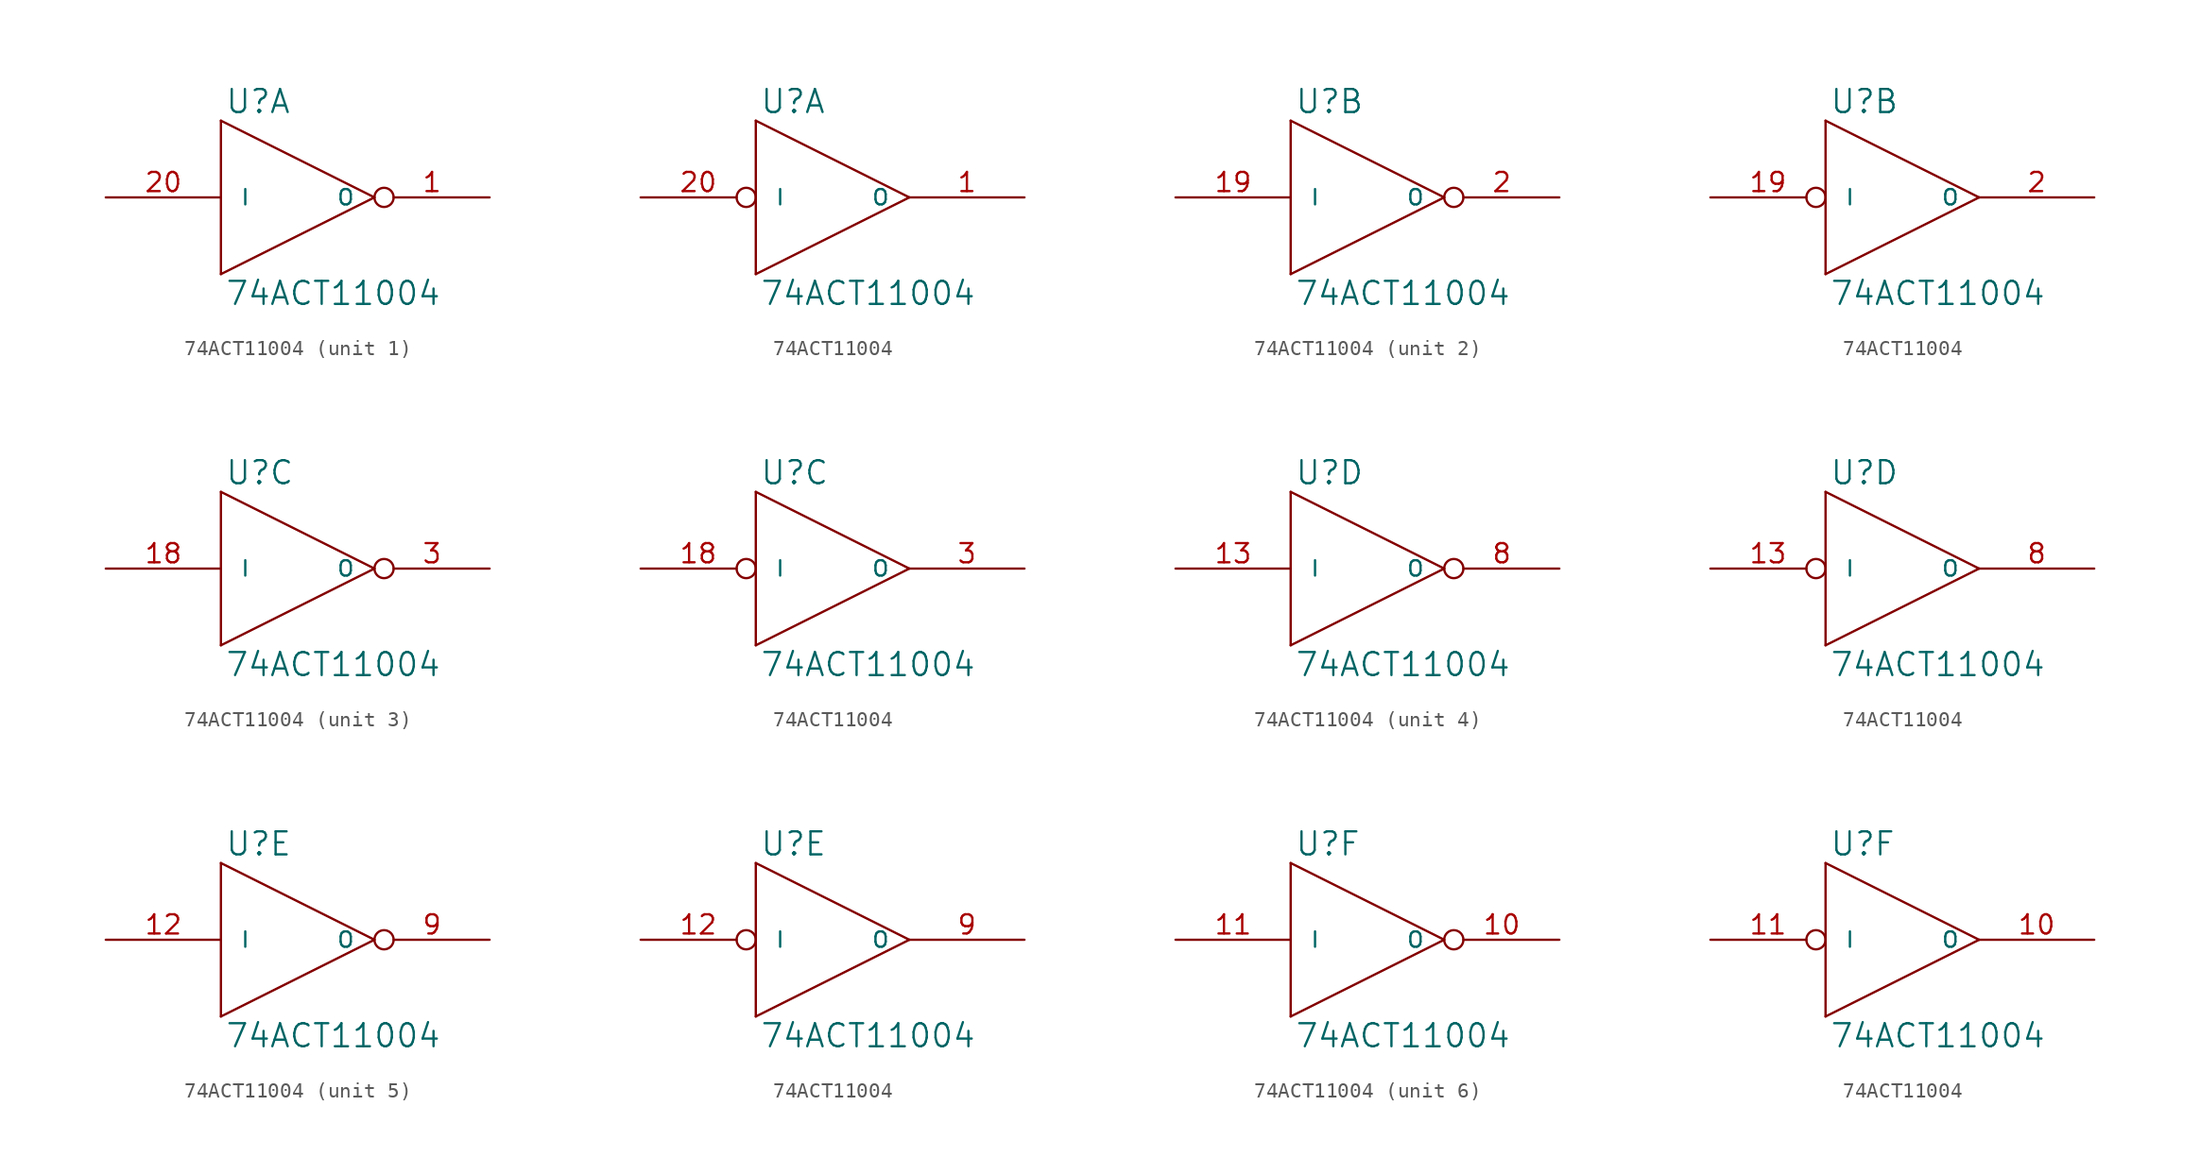
<source format=kicad_sym>
(kicad_symbol_lib
  (version 20231120)
  (generator "kicad_symbol_editor")
  (generator_version "8.0")
  (symbol "74ACT11004"
    (pin_names
      (offset 1.27))
    (property "Reference" "U"
      (at 0.254 0.381 0)
      (effects (font (size 1.524 1.524)) (justify left bottom)))
    (property "Value" "74ACT11004"
      (at 0.254 -10.541 0)
      (effects (font (size 1.524 1.524)) (justify left top)))
    (symbol "74ACT11004_0_1"
      (polyline (pts (xy 0 -10.16) (xy 0 0)) (stroke (width 0) (type solid)) (fill (type none)))
      (polyline (pts (xy 0 0) (xy 10.16 -5.08)) (stroke (width 0) (type solid)) (fill (type none)))
      (polyline (pts (xy 10.16 -5.08) (xy 0 -10.16)) (stroke (width 0) (type solid)) (fill (type none))))
    (symbol "74ACT11004_0_2"
      (polyline (pts (xy 0 -10.16) (xy 0 0)) (stroke (width 0) (type solid)) (fill (type none)))
      (polyline (pts (xy 0 0) (xy 10.16 -5.08)) (stroke (width 0) (type solid)) (fill (type none)))
      (polyline (pts (xy 10.16 -5.08) (xy 0 -10.16)) (stroke (width 0) (type solid)) (fill (type none))))
    (symbol "74ACT11004_1_1"
      (pin output inverted (at 17.78 -5.08 180) (length 7.62) (name "O" (effects (font (size 1.016 1.016)))) (number "1" (effects (font (size 1.27 1.27)))))
      (pin power_in line (at 2.54 0 270) (length 0) hide (name "VCC" (effects (font (size 1.016 1.016)))) (number "15" (effects (font (size 1.27 1.27)))))
      (pin power_in line (at 0 0 270) (length 0) hide (name "VCC" (effects (font (size 1.016 1.016)))) (number "16" (effects (font (size 1.27 1.27)))))
      (pin input line (at -7.62 -5.08 0) (length 7.62) (name "I" (effects (font (size 1.016 1.016)))) (number "20" (effects (font (size 1.27 1.27)))))
      (pin power_in line (at 0 -10.16 90) (length 0) hide (name "GND" (effects (font (size 1.016 1.016)))) (number "4" (effects (font (size 1.27 1.27)))))
      (pin power_in line (at 2.54 -10.16 90) (length 0) hide (name "GND" (effects (font (size 1.016 1.016)))) (number "5" (effects (font (size 1.27 1.27)))))
      (pin power_in line (at 5.08 -10.16 90) (length 0) hide (name "GND" (effects (font (size 1.016 1.016)))) (number "6" (effects (font (size 1.27 1.27)))))
      (pin power_in line (at 7.62 -10.16 90) (length 0) hide (name "GND" (effects (font (size 1.016 1.016)))) (number "7" (effects (font (size 1.27 1.27))))))
    (symbol "74ACT11004_1_2"
      (pin output line (at 17.78 -5.08 180) (length 7.62) (name "O" (effects (font (size 1.016 1.016)))) (number "1" (effects (font (size 1.27 1.27)))))
      (pin power_in line (at 2.54 0 270) (length 0) hide (name "VCC" (effects (font (size 1.016 1.016)))) (number "15" (effects (font (size 1.27 1.27)))))
      (pin power_in line (at 0 0 270) (length 0) hide (name "VCC" (effects (font (size 1.016 1.016)))) (number "16" (effects (font (size 1.27 1.27)))))
      (pin input inverted (at -7.62 -5.08 0) (length 7.62) (name "I" (effects (font (size 1.016 1.016)))) (number "20" (effects (font (size 1.27 1.27)))))
      (pin power_in line (at 0 -10.16 90) (length 0) hide (name "GND" (effects (font (size 1.016 1.016)))) (number "4" (effects (font (size 1.27 1.27)))))
      (pin power_in line (at 2.54 -10.16 90) (length 0) hide (name "GND" (effects (font (size 1.016 1.016)))) (number "5" (effects (font (size 1.27 1.27)))))
      (pin power_in line (at 5.08 -10.16 90) (length 0) hide (name "GND" (effects (font (size 1.016 1.016)))) (number "6" (effects (font (size 1.27 1.27)))))
      (pin power_in line (at 7.62 -10.16 90) (length 0) hide (name "GND" (effects (font (size 1.016 1.016)))) (number "7" (effects (font (size 1.27 1.27))))))
    (symbol "74ACT11004_2_1"
      (pin power_in line (at 2.54 0 270) (length 0) hide (name "VCC" (effects (font (size 1.016 1.016)))) (number "15" (effects (font (size 1.27 1.27)))))
      (pin power_in line (at 0 0 270) (length 0) hide (name "VCC" (effects (font (size 1.016 1.016)))) (number "16" (effects (font (size 1.27 1.27)))))
      (pin input line (at -7.62 -5.08 0) (length 7.62) (name "I" (effects (font (size 1.016 1.016)))) (number "19" (effects (font (size 1.27 1.27)))))
      (pin output inverted (at 17.78 -5.08 180) (length 7.62) (name "O" (effects (font (size 1.016 1.016)))) (number "2" (effects (font (size 1.27 1.27)))))
      (pin power_in line (at 0 -10.16 90) (length 0) hide (name "GND" (effects (font (size 1.016 1.016)))) (number "4" (effects (font (size 1.27 1.27)))))
      (pin power_in line (at 2.54 -10.16 90) (length 0) hide (name "GND" (effects (font (size 1.016 1.016)))) (number "5" (effects (font (size 1.27 1.27)))))
      (pin power_in line (at 5.08 -10.16 90) (length 0) hide (name "GND" (effects (font (size 1.016 1.016)))) (number "6" (effects (font (size 1.27 1.27)))))
      (pin power_in line (at 7.62 -10.16 90) (length 0) hide (name "GND" (effects (font (size 1.016 1.016)))) (number "7" (effects (font (size 1.27 1.27))))))
    (symbol "74ACT11004_2_2"
      (pin power_in line (at 2.54 0 270) (length 0) hide (name "VCC" (effects (font (size 1.016 1.016)))) (number "15" (effects (font (size 1.27 1.27)))))
      (pin power_in line (at 0 0 270) (length 0) hide (name "VCC" (effects (font (size 1.016 1.016)))) (number "16" (effects (font (size 1.27 1.27)))))
      (pin input inverted (at -7.62 -5.08 0) (length 7.62) (name "I" (effects (font (size 1.016 1.016)))) (number "19" (effects (font (size 1.27 1.27)))))
      (pin output line (at 17.78 -5.08 180) (length 7.62) (name "O" (effects (font (size 1.016 1.016)))) (number "2" (effects (font (size 1.27 1.27)))))
      (pin power_in line (at 0 -10.16 90) (length 0) hide (name "GND" (effects (font (size 1.016 1.016)))) (number "4" (effects (font (size 1.27 1.27)))))
      (pin power_in line (at 2.54 -10.16 90) (length 0) hide (name "GND" (effects (font (size 1.016 1.016)))) (number "5" (effects (font (size 1.27 1.27)))))
      (pin power_in line (at 5.08 -10.16 90) (length 0) hide (name "GND" (effects (font (size 1.016 1.016)))) (number "6" (effects (font (size 1.27 1.27)))))
      (pin power_in line (at 7.62 -10.16 90) (length 0) hide (name "GND" (effects (font (size 1.016 1.016)))) (number "7" (effects (font (size 1.27 1.27))))))
    (symbol "74ACT11004_3_1"
      (pin power_in line (at 2.54 0 270) (length 0) hide (name "VCC" (effects (font (size 1.016 1.016)))) (number "15" (effects (font (size 1.27 1.27)))))
      (pin power_in line (at 0 0 270) (length 0) hide (name "VCC" (effects (font (size 1.016 1.016)))) (number "16" (effects (font (size 1.27 1.27)))))
      (pin input line (at -7.62 -5.08 0) (length 7.62) (name "I" (effects (font (size 1.016 1.016)))) (number "18" (effects (font (size 1.27 1.27)))))
      (pin output inverted (at 17.78 -5.08 180) (length 7.62) (name "O" (effects (font (size 1.016 1.016)))) (number "3" (effects (font (size 1.27 1.27)))))
      (pin power_in line (at 0 -10.16 90) (length 0) hide (name "GND" (effects (font (size 1.016 1.016)))) (number "4" (effects (font (size 1.27 1.27)))))
      (pin power_in line (at 2.54 -10.16 90) (length 0) hide (name "GND" (effects (font (size 1.016 1.016)))) (number "5" (effects (font (size 1.27 1.27)))))
      (pin power_in line (at 5.08 -10.16 90) (length 0) hide (name "GND" (effects (font (size 1.016 1.016)))) (number "6" (effects (font (size 1.27 1.27)))))
      (pin power_in line (at 7.62 -10.16 90) (length 0) hide (name "GND" (effects (font (size 1.016 1.016)))) (number "7" (effects (font (size 1.27 1.27))))))
    (symbol "74ACT11004_3_2"
      (pin power_in line (at 2.54 0 270) (length 0) hide (name "VCC" (effects (font (size 1.016 1.016)))) (number "15" (effects (font (size 1.27 1.27)))))
      (pin power_in line (at 0 0 270) (length 0) hide (name "VCC" (effects (font (size 1.016 1.016)))) (number "16" (effects (font (size 1.27 1.27)))))
      (pin input inverted (at -7.62 -5.08 0) (length 7.62) (name "I" (effects (font (size 1.016 1.016)))) (number "18" (effects (font (size 1.27 1.27)))))
      (pin output line (at 17.78 -5.08 180) (length 7.62) (name "O" (effects (font (size 1.016 1.016)))) (number "3" (effects (font (size 1.27 1.27)))))
      (pin power_in line (at 0 -10.16 90) (length 0) hide (name "GND" (effects (font (size 1.016 1.016)))) (number "4" (effects (font (size 1.27 1.27)))))
      (pin power_in line (at 2.54 -10.16 90) (length 0) hide (name "GND" (effects (font (size 1.016 1.016)))) (number "5" (effects (font (size 1.27 1.27)))))
      (pin power_in line (at 5.08 -10.16 90) (length 0) hide (name "GND" (effects (font (size 1.016 1.016)))) (number "6" (effects (font (size 1.27 1.27)))))
      (pin power_in line (at 7.62 -10.16 90) (length 0) hide (name "GND" (effects (font (size 1.016 1.016)))) (number "7" (effects (font (size 1.27 1.27))))))
    (symbol "74ACT11004_4_1"
      (pin input line (at -7.62 -5.08 0) (length 7.62) (name "I" (effects (font (size 1.016 1.016)))) (number "13" (effects (font (size 1.27 1.27)))))
      (pin power_in line (at 2.54 0 270) (length 0) hide (name "VCC" (effects (font (size 1.016 1.016)))) (number "15" (effects (font (size 1.27 1.27)))))
      (pin power_in line (at 0 0 270) (length 0) hide (name "VCC" (effects (font (size 1.016 1.016)))) (number "16" (effects (font (size 1.27 1.27)))))
      (pin power_in line (at 0 -10.16 90) (length 0) hide (name "GND" (effects (font (size 1.016 1.016)))) (number "4" (effects (font (size 1.27 1.27)))))
      (pin power_in line (at 2.54 -10.16 90) (length 0) hide (name "GND" (effects (font (size 1.016 1.016)))) (number "5" (effects (font (size 1.27 1.27)))))
      (pin power_in line (at 5.08 -10.16 90) (length 0) hide (name "GND" (effects (font (size 1.016 1.016)))) (number "6" (effects (font (size 1.27 1.27)))))
      (pin power_in line (at 7.62 -10.16 90) (length 0) hide (name "GND" (effects (font (size 1.016 1.016)))) (number "7" (effects (font (size 1.27 1.27)))))
      (pin output inverted (at 17.78 -5.08 180) (length 7.62) (name "O" (effects (font (size 1.016 1.016)))) (number "8" (effects (font (size 1.27 1.27))))))
    (symbol "74ACT11004_4_2"
      (pin input inverted (at -7.62 -5.08 0) (length 7.62) (name "I" (effects (font (size 1.016 1.016)))) (number "13" (effects (font (size 1.27 1.27)))))
      (pin power_in line (at 2.54 0 270) (length 0) hide (name "VCC" (effects (font (size 1.016 1.016)))) (number "15" (effects (font (size 1.27 1.27)))))
      (pin power_in line (at 0 0 270) (length 0) hide (name "VCC" (effects (font (size 1.016 1.016)))) (number "16" (effects (font (size 1.27 1.27)))))
      (pin power_in line (at 0 -10.16 90) (length 0) hide (name "GND" (effects (font (size 1.016 1.016)))) (number "4" (effects (font (size 1.27 1.27)))))
      (pin power_in line (at 2.54 -10.16 90) (length 0) hide (name "GND" (effects (font (size 1.016 1.016)))) (number "5" (effects (font (size 1.27 1.27)))))
      (pin power_in line (at 5.08 -10.16 90) (length 0) hide (name "GND" (effects (font (size 1.016 1.016)))) (number "6" (effects (font (size 1.27 1.27)))))
      (pin power_in line (at 7.62 -10.16 90) (length 0) hide (name "GND" (effects (font (size 1.016 1.016)))) (number "7" (effects (font (size 1.27 1.27)))))
      (pin output line (at 17.78 -5.08 180) (length 7.62) (name "O" (effects (font (size 1.016 1.016)))) (number "8" (effects (font (size 1.27 1.27))))))
    (symbol "74ACT11004_5_1"
      (pin input line (at -7.62 -5.08 0) (length 7.62) (name "I" (effects (font (size 1.016 1.016)))) (number "12" (effects (font (size 1.27 1.27)))))
      (pin power_in line (at 2.54 0 270) (length 0) hide (name "VCC" (effects (font (size 1.016 1.016)))) (number "15" (effects (font (size 1.27 1.27)))))
      (pin power_in line (at 0 0 270) (length 0) hide (name "VCC" (effects (font (size 1.016 1.016)))) (number "16" (effects (font (size 1.27 1.27)))))
      (pin power_in line (at 0 -10.16 90) (length 0) hide (name "GND" (effects (font (size 1.016 1.016)))) (number "4" (effects (font (size 1.27 1.27)))))
      (pin power_in line (at 2.54 -10.16 90) (length 0) hide (name "GND" (effects (font (size 1.016 1.016)))) (number "5" (effects (font (size 1.27 1.27)))))
      (pin power_in line (at 5.08 -10.16 90) (length 0) hide (name "GND" (effects (font (size 1.016 1.016)))) (number "6" (effects (font (size 1.27 1.27)))))
      (pin power_in line (at 7.62 -10.16 90) (length 0) hide (name "GND" (effects (font (size 1.016 1.016)))) (number "7" (effects (font (size 1.27 1.27)))))
      (pin output inverted (at 17.78 -5.08 180) (length 7.62) (name "O" (effects (font (size 1.016 1.016)))) (number "9" (effects (font (size 1.27 1.27))))))
    (symbol "74ACT11004_5_2"
      (pin input inverted (at -7.62 -5.08 0) (length 7.62) (name "I" (effects (font (size 1.016 1.016)))) (number "12" (effects (font (size 1.27 1.27)))))
      (pin power_in line (at 2.54 0 270) (length 0) hide (name "VCC" (effects (font (size 1.016 1.016)))) (number "15" (effects (font (size 1.27 1.27)))))
      (pin power_in line (at 0 0 270) (length 0) hide (name "VCC" (effects (font (size 1.016 1.016)))) (number "16" (effects (font (size 1.27 1.27)))))
      (pin power_in line (at 0 -10.16 90) (length 0) hide (name "GND" (effects (font (size 1.016 1.016)))) (number "4" (effects (font (size 1.27 1.27)))))
      (pin power_in line (at 2.54 -10.16 90) (length 0) hide (name "GND" (effects (font (size 1.016 1.016)))) (number "5" (effects (font (size 1.27 1.27)))))
      (pin power_in line (at 5.08 -10.16 90) (length 0) hide (name "GND" (effects (font (size 1.016 1.016)))) (number "6" (effects (font (size 1.27 1.27)))))
      (pin power_in line (at 7.62 -10.16 90) (length 0) hide (name "GND" (effects (font (size 1.016 1.016)))) (number "7" (effects (font (size 1.27 1.27)))))
      (pin output line (at 17.78 -5.08 180) (length 7.62) (name "O" (effects (font (size 1.016 1.016)))) (number "9" (effects (font (size 1.27 1.27))))))
    (symbol "74ACT11004_6_1"
      (pin output inverted (at 17.78 -5.08 180) (length 7.62) (name "O" (effects (font (size 1.016 1.016)))) (number "10" (effects (font (size 1.27 1.27)))))
      (pin input line (at -7.62 -5.08 0) (length 7.62) (name "I" (effects (font (size 1.016 1.016)))) (number "11" (effects (font (size 1.27 1.27)))))
      (pin power_in line (at 2.54 0 270) (length 0) hide (name "VCC" (effects (font (size 1.016 1.016)))) (number "15" (effects (font (size 1.27 1.27)))))
      (pin power_in line (at 0 0 270) (length 0) hide (name "VCC" (effects (font (size 1.016 1.016)))) (number "16" (effects (font (size 1.27 1.27)))))
      (pin power_in line (at 0 -10.16 90) (length 0) hide (name "GND" (effects (font (size 1.016 1.016)))) (number "4" (effects (font (size 1.27 1.27)))))
      (pin power_in line (at 2.54 -10.16 90) (length 0) hide (name "GND" (effects (font (size 1.016 1.016)))) (number "5" (effects (font (size 1.27 1.27)))))
      (pin power_in line (at 5.08 -10.16 90) (length 0) hide (name "GND" (effects (font (size 1.016 1.016)))) (number "6" (effects (font (size 1.27 1.27)))))
      (pin power_in line (at 7.62 -10.16 90) (length 0) hide (name "GND" (effects (font (size 1.016 1.016)))) (number "7" (effects (font (size 1.27 1.27))))))
    (symbol "74ACT11004_6_2"
      (pin output line (at 17.78 -5.08 180) (length 7.62) (name "O" (effects (font (size 1.016 1.016)))) (number "10" (effects (font (size 1.27 1.27)))))
      (pin input inverted (at -7.62 -5.08 0) (length 7.62) (name "I" (effects (font (size 1.016 1.016)))) (number "11" (effects (font (size 1.27 1.27)))))
      (pin power_in line (at 2.54 0 270) (length 0) hide (name "VCC" (effects (font (size 1.016 1.016)))) (number "15" (effects (font (size 1.27 1.27)))))
      (pin power_in line (at 0 0 270) (length 0) hide (name "VCC" (effects (font (size 1.016 1.016)))) (number "16" (effects (font (size 1.27 1.27)))))
      (pin power_in line (at 0 -10.16 90) (length 0) hide (name "GND" (effects (font (size 1.016 1.016)))) (number "4" (effects (font (size 1.27 1.27)))))
      (pin power_in line (at 2.54 -10.16 90) (length 0) hide (name "GND" (effects (font (size 1.016 1.016)))) (number "5" (effects (font (size 1.27 1.27)))))
      (pin power_in line (at 5.08 -10.16 90) (length 0) hide (name "GND" (effects (font (size 1.016 1.016)))) (number "6" (effects (font (size 1.27 1.27)))))
      (pin power_in line (at 7.62 -10.16 90) (length 0) hide (name "GND" (effects (font (size 1.016 1.016)))) (number "7" (effects (font (size 1.27 1.27))))))))
</source>
